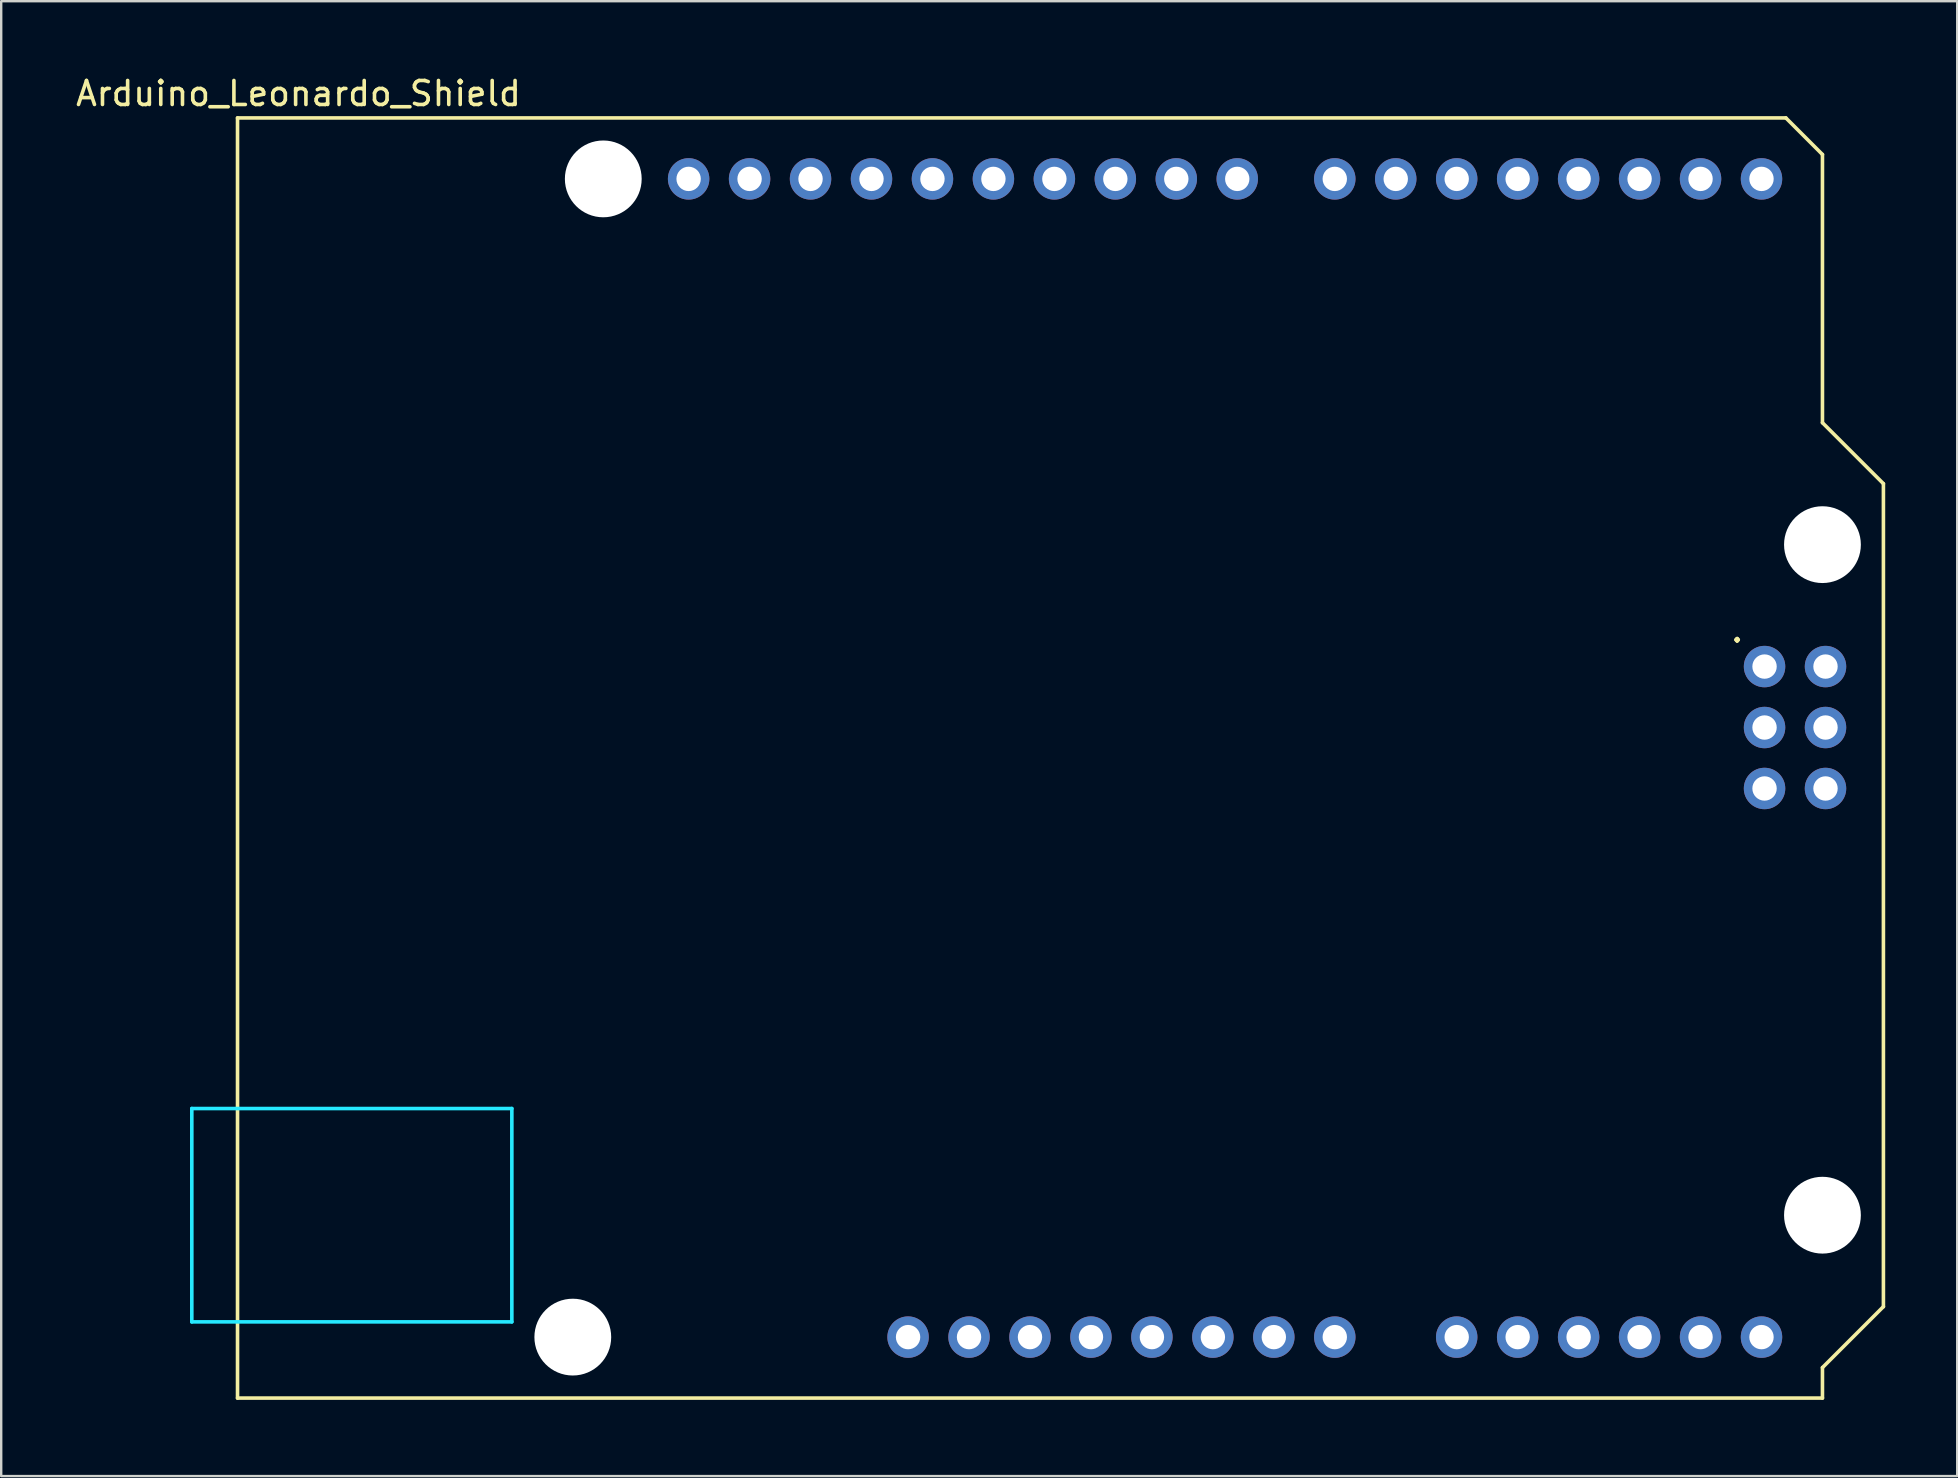
<source format=kicad_pcb>
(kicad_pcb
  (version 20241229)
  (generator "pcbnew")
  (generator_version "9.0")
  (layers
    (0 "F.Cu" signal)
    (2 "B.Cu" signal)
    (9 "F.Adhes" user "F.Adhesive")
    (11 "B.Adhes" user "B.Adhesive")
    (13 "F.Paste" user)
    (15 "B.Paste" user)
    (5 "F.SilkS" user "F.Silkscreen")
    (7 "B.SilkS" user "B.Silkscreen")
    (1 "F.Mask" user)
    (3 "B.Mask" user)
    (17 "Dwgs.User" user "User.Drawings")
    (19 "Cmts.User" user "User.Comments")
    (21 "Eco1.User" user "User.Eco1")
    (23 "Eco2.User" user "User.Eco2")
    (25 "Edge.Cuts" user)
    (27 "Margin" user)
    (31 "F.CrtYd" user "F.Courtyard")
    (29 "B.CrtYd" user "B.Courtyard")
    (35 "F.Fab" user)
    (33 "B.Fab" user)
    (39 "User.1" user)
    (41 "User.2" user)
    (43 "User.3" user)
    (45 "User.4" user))
  (footprint "Arduino_Leonardo_Shield"
    (layer "F.Cu")
    (at 6.847 55.204)
    (property "Reference" "Arduino_Leonardo_Shield" (at 2.54 -54.356 0) (layer "F.SilkS") (effects (font (size 1 1) (thickness 0.15))))
    (attr through_hole)
    (fp_line (start 0 -53.34) (end 0 0) (stroke (width 0.15) (type solid)) (layer "F.SilkS"))
    (fp_line (start 0 -53.34) (end 64.516 -53.34) (stroke (width 0.15) (type solid)) (layer "F.SilkS"))
    (fp_line (start 0 0) (end 66.04 0) (stroke (width 0.15) (type solid)) (layer "F.SilkS"))
    (fp_line (start 64.516 -53.34) (end 66.04 -51.816) (stroke (width 0.15) (type solid)) (layer "F.SilkS"))
    (fp_line (start 66.04 -40.64) (end 66.04 -51.816) (stroke (width 0.15) (type solid)) (layer "F.SilkS"))
    (fp_line (start 66.04 -1.27) (end 68.58 -3.81) (stroke (width 0.15) (type solid)) (layer "F.SilkS"))
    (fp_line (start 66.04 0) (end 66.04 -1.27) (stroke (width 0.15) (type solid)) (layer "F.SilkS"))
    (fp_line (start 68.58 -38.1) (end 66.04 -40.64) (stroke (width 0.15) (type solid)) (layer "F.SilkS"))
    (fp_line (start 68.58 -3.81) (end 68.58 -38.1) (stroke (width 0.15) (type solid)) (layer "F.SilkS"))
    (fp_line (start -1.905 -12.065) (end -1.905 -3.175) (stroke (width 0.15) (type solid)) (layer "B.CrtYd"))
    (fp_line (start -1.905 -12.065) (end 11.43 -12.065) (stroke (width 0.15) (type solid)) (layer "B.CrtYd"))
    (fp_line (start -1.905 -3.175) (end 11.43 -3.175) (stroke (width 0.15) (type solid)) (layer "B.CrtYd"))
    (fp_line (start 11.43 -12.065) (end 11.43 -3.175) (stroke (width 0.15) (type solid)) (layer "B.CrtYd"))
    (fp_text user "." (at 62.484 -32.004 0) (layer "F.SilkS") (effects (font (size 1 1) (thickness 0.15))))
    (pad "" np_thru_hole circle (at 13.97 -2.54) (size 3.2 3.2) (drill 3.2) (layers "*.Cu" "*.Mask"))
    (pad "" np_thru_hole circle (at 15.24 -50.8) (size 3.2 3.2) (drill 3.2) (layers "*.Cu" "*.Mask"))
    (pad "" thru_hole oval (at 27.94 -2.54) (size 1.727 1.727) (drill 1.016) (layers "*.Cu" "*.Mask"))
    (pad "" np_thru_hole circle (at 66.04 -35.56) (size 3.2 3.2) (drill 3.2) (layers "*.Cu" "*.Mask"))
    (pad "" np_thru_hole circle (at 66.04 -7.62) (size 3.2 3.2) (drill 3.2) (layers "*.Cu" "*.Mask"))
    (pad "3.3V" thru_hole oval (at 35.56 -2.54) (size 1.727 1.727) (drill 1.016) (layers "*.Cu" "*.Mask"))
    (pad "5V1" thru_hole oval (at 38.1 -2.54) (size 1.727 1.727) (drill 1.016) (layers "*.Cu" "*.Mask"))
    (pad "5V2" thru_hole oval (at 66.167 -30.48) (size 1.727 1.727) (drill 1.016) (layers "*.Cu" "*.Mask"))
    (pad "A0" thru_hole oval (at 50.8 -2.54) (size 1.727 1.727) (drill 1.016) (layers "*.Cu" "*.Mask"))
    (pad "A1" thru_hole oval (at 53.34 -2.54) (size 1.727 1.727) (drill 1.016) (layers "*.Cu" "*.Mask"))
    (pad "A2" thru_hole oval (at 55.88 -2.54) (size 1.727 1.727) (drill 1.016) (layers "*.Cu" "*.Mask"))
    (pad "A3" thru_hole oval (at 58.42 -2.54) (size 1.727 1.727) (drill 1.016) (layers "*.Cu" "*.Mask"))
    (pad "A4" thru_hole oval (at 60.96 -2.54) (size 1.727 1.727) (drill 1.016) (layers "*.Cu" "*.Mask"))
    (pad "A5" thru_hole oval (at 63.5 -2.54) (size 1.727 1.727) (drill 1.016) (layers "*.Cu" "*.Mask"))
    (pad "AREF" thru_hole oval (at 23.876 -50.8) (size 1.727 1.727) (drill 1.016) (layers "*.Cu" "*.Mask"))
    (pad "D0" thru_hole oval (at 63.5 -50.8) (size 1.727 1.727) (drill 1.016) (layers "*.Cu" "*.Mask"))
    (pad "D1" thru_hole oval (at 60.96 -50.8) (size 1.727 1.727) (drill 1.016) (layers "*.Cu" "*.Mask"))
    (pad "D2" thru_hole oval (at 58.42 -50.8) (size 1.727 1.727) (drill 1.016) (layers "*.Cu" "*.Mask"))
    (pad "D3" thru_hole oval (at 55.88 -50.8) (size 1.727 1.727) (drill 1.016) (layers "*.Cu" "*.Mask"))
    (pad "D4" thru_hole oval (at 53.34 -50.8) (size 1.727 1.727) (drill 1.016) (layers "*.Cu" "*.Mask"))
    (pad "D5" thru_hole oval (at 50.8 -50.8) (size 1.727 1.727) (drill 1.016) (layers "*.Cu" "*.Mask"))
    (pad "D6" thru_hole oval (at 48.26 -50.8) (size 1.727 1.727) (drill 1.016) (layers "*.Cu" "*.Mask"))
    (pad "D7" thru_hole oval (at 45.72 -50.8) (size 1.727 1.727) (drill 1.016) (layers "*.Cu" "*.Mask"))
    (pad "D8" thru_hole oval (at 41.656 -50.8) (size 1.727 1.727) (drill 1.016) (layers "*.Cu" "*.Mask"))
    (pad "D9" thru_hole oval (at 39.116 -50.8) (size 1.727 1.727) (drill 1.016) (layers "*.Cu" "*.Mask"))
    (pad "D10" thru_hole oval (at 36.576 -50.8) (size 1.727 1.727) (drill 1.016) (layers "*.Cu" "*.Mask"))
    (pad "D11" thru_hole oval (at 34.036 -50.8) (size 1.727 1.727) (drill 1.016) (layers "*.Cu" "*.Mask"))
    (pad "D12" thru_hole oval (at 31.496 -50.8) (size 1.727 1.727) (drill 1.016) (layers "*.Cu" "*.Mask"))
    (pad "D13" thru_hole oval (at 28.956 -50.8) (size 1.727 1.727) (drill 1.016) (layers "*.Cu" "*.Mask"))
    (pad "GND1" thru_hole oval (at 26.416 -50.8) (size 1.727 1.727) (drill 1.016) (layers "*.Cu" "*.Mask"))
    (pad "GND2" thru_hole oval (at 40.64 -2.54) (size 1.727 1.727) (drill 1.016) (layers "*.Cu" "*.Mask"))
    (pad "GND3" thru_hole oval (at 43.18 -2.54) (size 1.727 1.727) (drill 1.016) (layers "*.Cu" "*.Mask"))
    (pad "GND4" thru_hole oval (at 66.167 -25.4) (size 1.727 1.727) (drill 1.016) (layers "*.Cu" "*.Mask"))
    (pad "IORF" thru_hole oval (at 30.48 -2.54) (size 1.727 1.727) (drill 1.016) (layers "*.Cu" "*.Mask"))
    (pad "MISO" thru_hole oval (at 63.627 -30.48) (size 1.727 1.727) (drill 1.016) (layers "*.Cu" "*.Mask"))
    (pad "MOSI" thru_hole oval (at 66.167 -27.94) (size 1.727 1.727) (drill 1.016) (layers "*.Cu" "*.Mask"))
    (pad "RST1" thru_hole oval (at 33.02 -2.54) (size 1.727 1.727) (drill 1.016) (layers "*.Cu" "*.Mask"))
    (pad "RST2" thru_hole oval (at 63.627 -25.4) (size 1.727 1.727) (drill 1.016) (layers "*.Cu" "*.Mask"))
    (pad "SCK" thru_hole oval (at 63.627 -27.94) (size 1.727 1.727) (drill 1.016) (layers "*.Cu" "*.Mask"))
    (pad "SCL" thru_hole oval (at 18.796 -50.8) (size 1.727 1.727) (drill 1.016) (layers "*.Cu" "*.Mask"))
    (pad "SDA" thru_hole oval (at 21.336 -50.8) (size 1.727 1.727) (drill 1.016) (layers "*.Cu" "*.Mask"))
    (pad "VIN" thru_hole oval (at 45.72 -2.54) (size 1.727 1.727) (drill 1.016) (layers "*.Cu" "*.Mask")))
  (gr_rect
    (start -3 -3)
    (end 78.502 58.454)
    (stroke (width 0.1) (type default))
    (fill no)
    (layer "Edge.Cuts")))
</source>
